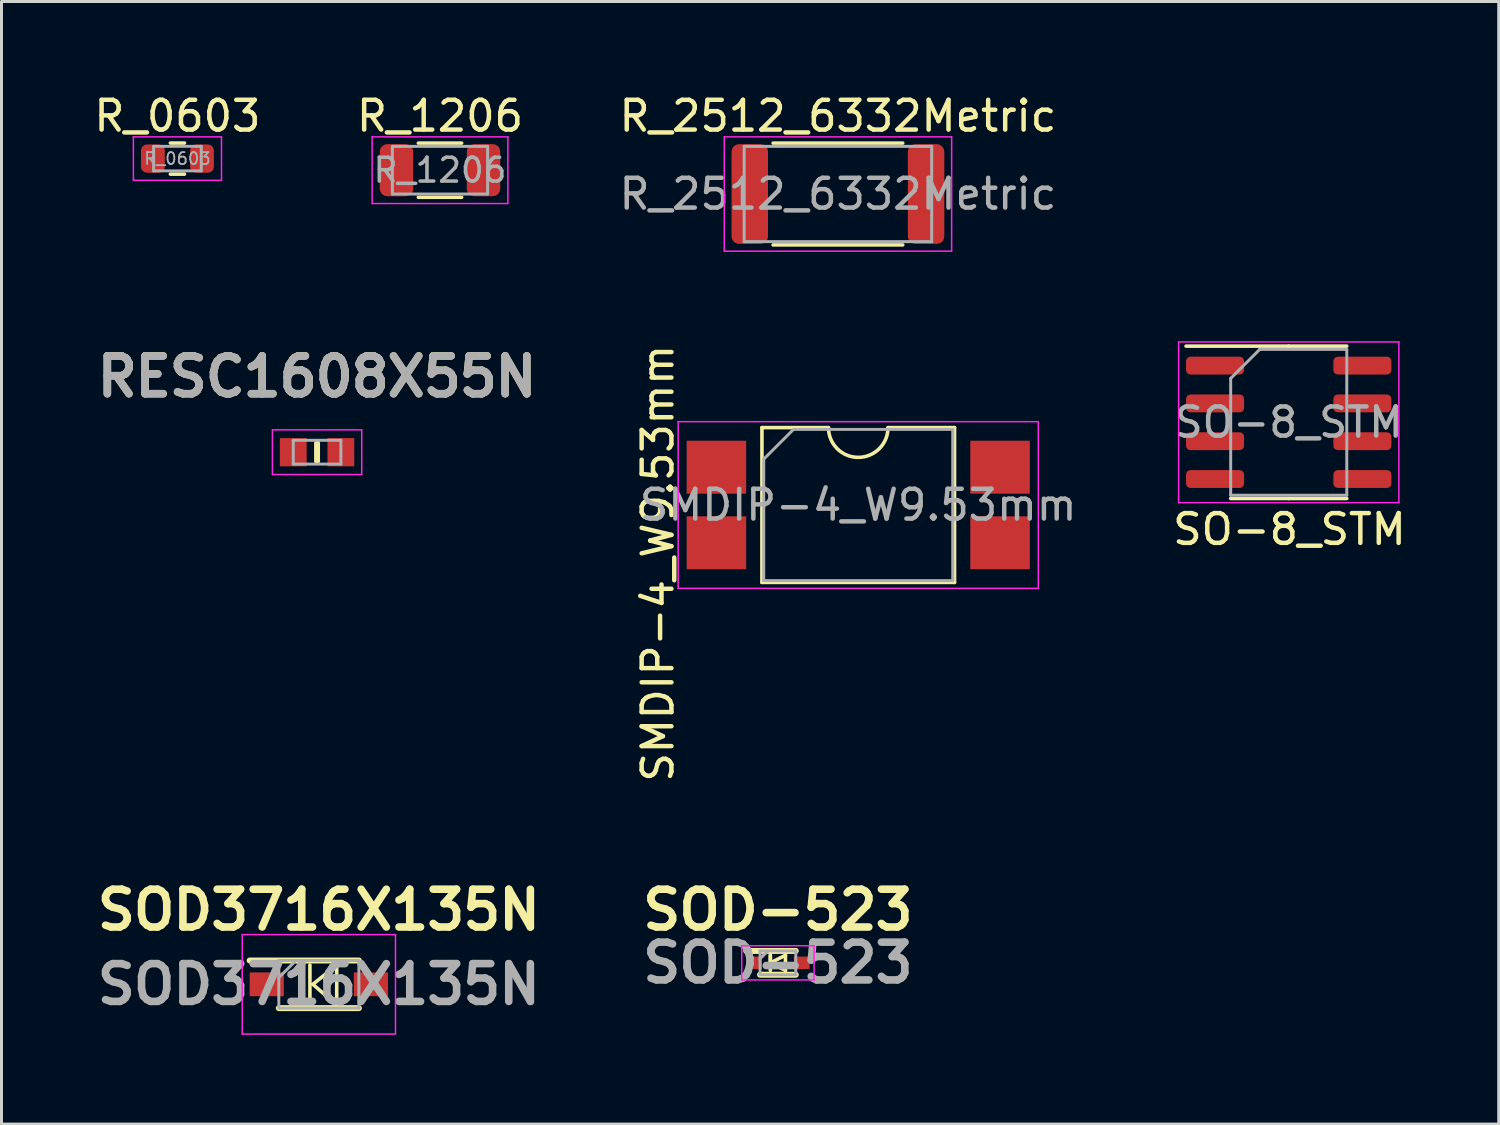
<source format=kicad_pcb>
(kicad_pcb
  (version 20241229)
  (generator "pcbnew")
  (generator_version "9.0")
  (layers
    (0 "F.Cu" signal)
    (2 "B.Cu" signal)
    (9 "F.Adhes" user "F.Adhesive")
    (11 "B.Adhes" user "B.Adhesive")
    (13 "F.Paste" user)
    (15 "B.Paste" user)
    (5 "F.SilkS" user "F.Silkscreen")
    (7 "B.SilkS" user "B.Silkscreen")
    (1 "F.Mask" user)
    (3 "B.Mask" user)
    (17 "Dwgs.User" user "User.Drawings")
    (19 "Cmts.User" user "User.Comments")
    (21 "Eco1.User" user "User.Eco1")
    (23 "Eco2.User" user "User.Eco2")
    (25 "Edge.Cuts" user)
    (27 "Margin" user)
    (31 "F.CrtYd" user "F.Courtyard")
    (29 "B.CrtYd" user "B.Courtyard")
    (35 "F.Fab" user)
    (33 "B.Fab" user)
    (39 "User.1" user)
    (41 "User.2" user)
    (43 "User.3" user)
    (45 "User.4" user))
  (footprint "SOD3716X135N"
    (layer "F.Cu")
    (at 7.662 30.019)
    (property "Reference" "SOD3716X135N" (at 0 -2.5 0) (layer "F.SilkS") (effects (font (size 1.27 1.27) (thickness 0.254))))
    (attr smd)
    (fp_line (start -2.325 -0.8) (end 1.345 -0.8) (stroke (width 0.2) (type solid)) (layer "F.SilkS"))
    (fp_line (start -1.345 0.8) (end 1.345 0.8) (stroke (width 0.2) (type solid)) (layer "F.SilkS"))
    (fp_line (start -0.3 -0.65) (end -0.3 0.65) (stroke (width 0.12) (type solid)) (layer "F.SilkS"))
    (fp_line (start 0.6 -0.65) (end -0.2 0) (stroke (width 0.12) (type solid)) (layer "F.SilkS"))
    (fp_line (start 0.6 -0.65) (end 0.6 0.65) (stroke (width 0.12) (type solid)) (layer "F.SilkS"))
    (fp_line (start 0.6 0.7) (end -0.2 0) (stroke (width 0.12) (type solid)) (layer "F.SilkS"))
    (fp_line (start -2.575 -1.67) (end 2.575 -1.67) (stroke (width 0.05) (type solid)) (layer "F.CrtYd"))
    (fp_line (start -2.575 1.67) (end -2.575 -1.67) (stroke (width 0.05) (type solid)) (layer "F.CrtYd"))
    (fp_line (start 2.575 -1.67) (end 2.575 1.67) (stroke (width 0.05) (type solid)) (layer "F.CrtYd"))
    (fp_line (start 2.575 1.67) (end -2.575 1.67) (stroke (width 0.05) (type solid)) (layer "F.CrtYd"))
    (fp_line (start -1.345 -0.8) (end 1.345 -0.8) (stroke (width 0.1) (type solid)) (layer "F.Fab"))
    (fp_line (start -1.345 -0.225) (end -0.77 -0.8) (stroke (width 0.1) (type solid)) (layer "F.Fab"))
    (fp_line (start -1.345 0.8) (end -1.345 -0.8) (stroke (width 0.1) (type solid)) (layer "F.Fab"))
    (fp_line (start 1.345 -0.8) (end 1.345 0.8) (stroke (width 0.1) (type solid)) (layer "F.Fab"))
    (fp_line (start 1.345 0.8) (end -1.345 0.8) (stroke (width 0.1) (type solid)) (layer "F.Fab"))
    (fp_text user "${REFERENCE}" (at 0 0 0) (layer "F.Fab") (effects (font (size 1.27 1.27) (thickness 0.254))))
    (pad "1" smd rect (at -1.75 0 90) (size 0.8 1.15) (layers "F.Cu" "F.Mask" "F.Paste"))
    (pad "2" smd rect (at 1.75 0 90) (size 0.8 1.15) (layers "F.Cu" "F.Mask" "F.Paste")))
  (footprint "SOD-523"
    (layer "F.Cu")
    (at 23.084 29.297)
    (property "Reference" "SOD-523" (at 0 -1.778 0) (layer "F.SilkS") (effects (font (size 1.27 1.27) (thickness 0.254))))
    (attr smd)
    (fp_line (start -1.065 -0.4) (end 0.6 -0.4) (stroke (width 0.2) (type solid)) (layer "F.SilkS"))
    (fp_line (start -0.6 0.4) (end 0.6 0.4) (stroke (width 0.2) (type solid)) (layer "F.SilkS"))
    (fp_line (start -0.254 -0.254) (end -0.254 0.254) (stroke (width 0.12) (type solid)) (layer "F.SilkS"))
    (fp_line (start -0.254 0) (end -0.254 -0.254) (stroke (width 0.12) (type solid)) (layer "F.SilkS"))
    (fp_line (start 0.254 -0.254) (end -0.254 0) (stroke (width 0.12) (type solid)) (layer "F.SilkS"))
    (fp_line (start 0.254 -0.254) (end 0.254 0.254) (stroke (width 0.12) (type solid)) (layer "F.SilkS"))
    (fp_line (start 0.254 0.254) (end -0.254 0) (stroke (width 0.12) (type solid)) (layer "F.SilkS"))
    (fp_line (start -1.215 -0.575) (end 1.215 -0.575) (stroke (width 0.05) (type solid)) (layer "F.CrtYd"))
    (fp_line (start -1.215 0.575) (end -1.215 -0.575) (stroke (width 0.05) (type solid)) (layer "F.CrtYd"))
    (fp_line (start 1.215 -0.575) (end 1.215 0.575) (stroke (width 0.05) (type solid)) (layer "F.CrtYd"))
    (fp_line (start 1.215 0.575) (end -1.215 0.575) (stroke (width 0.05) (type solid)) (layer "F.CrtYd"))
    (fp_line (start -0.6 -0.4) (end 0.6 -0.4) (stroke (width 0.1) (type solid)) (layer "F.Fab"))
    (fp_line (start -0.6 -0.135) (end -0.335 -0.4) (stroke (width 0.1) (type solid)) (layer "F.Fab"))
    (fp_line (start -0.6 0.4) (end -0.6 -0.4) (stroke (width 0.1) (type solid)) (layer "F.Fab"))
    (fp_line (start 0.6 -0.4) (end 0.6 0.4) (stroke (width 0.1) (type solid)) (layer "F.Fab"))
    (fp_line (start 0.6 0.4) (end -0.6 0.4) (stroke (width 0.1) (type solid)) (layer "F.Fab"))
    (fp_text user "${REFERENCE}" (at 0 0 0) (layer "F.Fab") (effects (font (size 1.27 1.27) (thickness 0.254))))
    (pad "1" smd rect (at -0.8 0 90) (size 0.42 0.53) (layers "F.Cu" "F.Mask" "F.Paste"))
    (pad "2" smd rect (at 0.8 0 90) (size 0.42 0.53) (layers "F.Cu" "F.Mask" "F.Paste")))
  (footprint "R_1206"
    (layer "F.Cu")
    (at 11.732 2.668)
    (property "Reference" "R_1206" (at 0 -1.82 0) (layer "F.SilkS") (effects (font (size 1 1) (thickness 0.15))))
    (attr smd)
    (fp_line (start -0.727 -0.91) (end 0.727 -0.91) (stroke (width 0.12) (type solid)) (layer "F.SilkS"))
    (fp_line (start -0.727 0.91) (end 0.727 0.91) (stroke (width 0.12) (type solid)) (layer "F.SilkS"))
    (fp_line (start -2.28 -1.12) (end 2.28 -1.12) (stroke (width 0.05) (type solid)) (layer "F.CrtYd"))
    (fp_line (start -2.28 1.12) (end -2.28 -1.12) (stroke (width 0.05) (type solid)) (layer "F.CrtYd"))
    (fp_line (start 2.28 -1.12) (end 2.28 1.12) (stroke (width 0.05) (type solid)) (layer "F.CrtYd"))
    (fp_line (start 2.28 1.12) (end -2.28 1.12) (stroke (width 0.05) (type solid)) (layer "F.CrtYd"))
    (fp_line (start -1.6 -0.8) (end 1.6 -0.8) (stroke (width 0.1) (type solid)) (layer "F.Fab"))
    (fp_line (start -1.6 0.8) (end -1.6 -0.8) (stroke (width 0.1) (type solid)) (layer "F.Fab"))
    (fp_line (start 1.6 -0.8) (end 1.6 0.8) (stroke (width 0.1) (type solid)) (layer "F.Fab"))
    (fp_line (start 1.6 0.8) (end -1.6 0.8) (stroke (width 0.1) (type solid)) (layer "F.Fab"))
    (fp_text user "${REFERENCE}" (at 0 0 0) (layer "F.Fab") (effects (font (size 0.8 0.8) (thickness 0.12))))
    (pad "1" smd roundrect (at -1.462 0) (size 1.125 1.75) (layers "F.Cu" "F.Mask" "F.Paste") (roundrect_rratio 0.222))
    (pad "2" smd roundrect (at 1.462 0) (size 1.125 1.75) (layers "F.Cu" "F.Mask" "F.Paste") (roundrect_rratio 0.222)))
  (footprint "RESC1608X55N"
    (layer "F.Cu")
    (at 7.602 12.142)
    (property "Reference" "RESC1608X55N" (at 0 -2.54 0) (layer "F.SilkS") (effects (font (size 1.27 1.27) (thickness 0.254))))
    (attr smd)
    (fp_line (start 0 -0.3) (end 0 0.3) (stroke (width 0.2) (type solid)) (layer "F.SilkS"))
    (fp_line (start -1.5 -0.75) (end 1.5 -0.75) (stroke (width 0.05) (type solid)) (layer "F.CrtYd"))
    (fp_line (start -1.5 0.75) (end -1.5 -0.75) (stroke (width 0.05) (type solid)) (layer "F.CrtYd"))
    (fp_line (start 1.5 -0.75) (end 1.5 0.75) (stroke (width 0.05) (type solid)) (layer "F.CrtYd"))
    (fp_line (start 1.5 0.75) (end -1.5 0.75) (stroke (width 0.05) (type solid)) (layer "F.CrtYd"))
    (fp_line (start -0.8 -0.4) (end 0.8 -0.4) (stroke (width 0.1) (type solid)) (layer "F.Fab"))
    (fp_line (start -0.8 0.4) (end -0.8 -0.4) (stroke (width 0.1) (type solid)) (layer "F.Fab"))
    (fp_line (start 0.8 -0.4) (end 0.8 0.4) (stroke (width 0.1) (type solid)) (layer "F.Fab"))
    (fp_line (start 0.8 0.4) (end -0.8 0.4) (stroke (width 0.1) (type solid)) (layer "F.Fab"))
    (fp_text user "${REFERENCE}" (at 0 -2.54 0) (layer "F.Fab") (effects (font (size 1.27 1.27) (thickness 0.254))))
    (pad "1" smd rect (at -0.8 0) (size 0.9 0.95) (layers "F.Cu" "F.Mask" "F.Paste"))
    (pad "2" smd rect (at 0.8 0) (size 0.9 0.95) (layers "F.Cu" "F.Mask" "F.Paste")))
  (footprint "R_2512_6332Metric"
    (layer "F.Cu")
    (at 25.101 3.468)
    (property "Reference" "R_2512_6332Metric" (at 0 -2.62 0) (layer "F.SilkS") (effects (font (size 1 1) (thickness 0.15))))
    (attr smd)
    (fp_line (start -2.177 -1.71) (end 2.177 -1.71) (stroke (width 0.12) (type solid)) (layer "F.SilkS"))
    (fp_line (start -2.177 1.71) (end 2.177 1.71) (stroke (width 0.12) (type solid)) (layer "F.SilkS"))
    (fp_line (start -3.82 -1.92) (end 3.82 -1.92) (stroke (width 0.05) (type solid)) (layer "F.CrtYd"))
    (fp_line (start -3.82 1.92) (end -3.82 -1.92) (stroke (width 0.05) (type solid)) (layer "F.CrtYd"))
    (fp_line (start 3.82 -1.92) (end 3.82 1.92) (stroke (width 0.05) (type solid)) (layer "F.CrtYd"))
    (fp_line (start 3.82 1.92) (end -3.82 1.92) (stroke (width 0.05) (type solid)) (layer "F.CrtYd"))
    (fp_line (start -3.15 -1.6) (end 3.15 -1.6) (stroke (width 0.1) (type solid)) (layer "F.Fab"))
    (fp_line (start -3.15 1.6) (end -3.15 -1.6) (stroke (width 0.1) (type solid)) (layer "F.Fab"))
    (fp_line (start 3.15 -1.6) (end 3.15 1.6) (stroke (width 0.1) (type solid)) (layer "F.Fab"))
    (fp_line (start 3.15 1.6) (end -3.15 1.6) (stroke (width 0.1) (type solid)) (layer "F.Fab"))
    (fp_text user "${REFERENCE}" (at 0 0 0) (layer "F.Fab") (effects (font (size 1 1) (thickness 0.15))))
    (pad "1" smd roundrect (at -2.962 0) (size 1.225 3.35) (layers "F.Cu" "F.Mask" "F.Paste") (roundrect_rratio 0.204))
    (pad "2" smd roundrect (at 2.962 0) (size 1.225 3.35) (layers "F.Cu" "F.Mask" "F.Paste") (roundrect_rratio 0.204)))
  (footprint "SO-8_STM"
    (layer "F.Cu")
    (at 40.271 15.233)
    (property "Reference" "SO-8_STM" (at 0 -0.5 0) (unlocked yes) (layer "F.SilkS") (effects (font (size 1 1) (thickness 0.15))))
    (attr smd)
    (fp_line (start -0.025 -6.655) (end -3.475 -6.655) (stroke (width 0.12) (type solid)) (layer "F.SilkS"))
    (fp_line (start -0.025 -6.655) (end 1.925 -6.655) (stroke (width 0.12) (type solid)) (layer "F.SilkS"))
    (fp_line (start -0.025 -1.535) (end -1.975 -1.535) (stroke (width 0.12) (type solid)) (layer "F.SilkS"))
    (fp_line (start -0.025 -1.535) (end 1.925 -1.535) (stroke (width 0.12) (type solid)) (layer "F.SilkS"))
    (fp_line (start -3.725 -6.795) (end -3.725 -1.395) (stroke (width 0.05) (type solid)) (layer "F.CrtYd"))
    (fp_line (start -3.725 -1.395) (end 3.675 -1.395) (stroke (width 0.05) (type solid)) (layer "F.CrtYd"))
    (fp_line (start 3.675 -6.795) (end -3.725 -6.795) (stroke (width 0.05) (type solid)) (layer "F.CrtYd"))
    (fp_line (start 3.675 -1.395) (end 3.675 -6.795) (stroke (width 0.05) (type solid)) (layer "F.CrtYd"))
    (fp_line (start -1.975 -5.57) (end -1 -6.545) (stroke (width 0.1) (type solid)) (layer "F.Fab"))
    (fp_line (start -1.975 -1.645) (end -1.975 -5.57) (stroke (width 0.1) (type solid)) (layer "F.Fab"))
    (fp_line (start -1 -6.545) (end 1.925 -6.545) (stroke (width 0.1) (type solid)) (layer "F.Fab"))
    (fp_line (start 1.925 -6.545) (end 1.925 -1.645) (stroke (width 0.1) (type solid)) (layer "F.Fab"))
    (fp_line (start 1.925 -1.645) (end -1.975 -1.645) (stroke (width 0.1) (type solid)) (layer "F.Fab"))
    (fp_text user "${REFERENCE}" (at -0.025 -4.095 0) (layer "F.Fab") (effects (font (size 0.98 0.98) (thickness 0.15))))
    (pad "1" smd roundrect (at -2.5 -6) (size 1.95 0.6) (layers "F.Cu" "F.Mask" "F.Paste") (roundrect_rratio 0.25))
    (pad "2" smd roundrect (at -2.5 -4.73) (size 1.95 0.6) (layers "F.Cu" "F.Mask" "F.Paste") (roundrect_rratio 0.25))
    (pad "3" smd roundrect (at -2.5 -3.46) (size 1.95 0.6) (layers "F.Cu" "F.Mask" "F.Paste") (roundrect_rratio 0.25))
    (pad "4" smd roundrect (at -2.5 -2.19) (size 1.95 0.6) (layers "F.Cu" "F.Mask" "F.Paste") (roundrect_rratio 0.25))
    (pad "5" smd roundrect (at 2.45 -2.19) (size 1.95 0.6) (layers "F.Cu" "F.Mask" "F.Paste") (roundrect_rratio 0.25))
    (pad "6" smd roundrect (at 2.45 -3.46) (size 1.95 0.6) (layers "F.Cu" "F.Mask" "F.Paste") (roundrect_rratio 0.25))
    (pad "7" smd roundrect (at 2.45 -4.73) (size 1.95 0.6) (layers "F.Cu" "F.Mask" "F.Paste") (roundrect_rratio 0.25))
    (pad "8" smd roundrect (at 2.45 -6) (size 1.95 0.6) (layers "F.Cu" "F.Mask" "F.Paste") (roundrect_rratio 0.25)))
  (footprint "SMDIP-4_W9.53mm"
    (layer "F.Cu")
    (at 25.783 13.916)
    (property "Reference" "SMDIP-4_W9.53mm" (at -6.731 1.956 270) (layer "F.SilkS") (effects (font (size 1 1) (thickness 0.15))))
    (attr smd)
    (fp_line (start -3.235 -2.6) (end -3.235 2.6) (stroke (width 0.12) (type solid)) (layer "F.SilkS"))
    (fp_line (start -3.235 2.6) (end 3.235 2.6) (stroke (width 0.12) (type solid)) (layer "F.SilkS"))
    (fp_line (start -1 -2.6) (end -3.235 -2.6) (stroke (width 0.12) (type solid)) (layer "F.SilkS"))
    (fp_line (start 3.235 -2.6) (end 1 -2.6) (stroke (width 0.12) (type solid)) (layer "F.SilkS"))
    (fp_line (start 3.235 2.6) (end 3.235 -2.6) (stroke (width 0.12) (type solid)) (layer "F.SilkS"))
    (fp_arc (start 1 -2.6) (mid 0 -1.6) (end -1 -2.6) (stroke (width 0.12) (type solid)) (layer "F.SilkS"))
    (fp_line (start -6.05 -2.8) (end -6.05 2.8) (stroke (width 0.05) (type solid)) (layer "F.CrtYd"))
    (fp_line (start -6.05 2.8) (end 6.05 2.8) (stroke (width 0.05) (type solid)) (layer "F.CrtYd"))
    (fp_line (start 6.05 -2.8) (end -6.05 -2.8) (stroke (width 0.05) (type solid)) (layer "F.CrtYd"))
    (fp_line (start 6.05 2.8) (end 6.05 -2.8) (stroke (width 0.05) (type solid)) (layer "F.CrtYd"))
    (fp_line (start -3.175 -1.54) (end -2.175 -2.54) (stroke (width 0.1) (type solid)) (layer "F.Fab"))
    (fp_line (start -3.175 2.54) (end -3.175 -1.54) (stroke (width 0.1) (type solid)) (layer "F.Fab"))
    (fp_line (start -2.175 -2.54) (end 3.175 -2.54) (stroke (width 0.1) (type solid)) (layer "F.Fab"))
    (fp_line (start 3.175 -2.54) (end 3.175 2.54) (stroke (width 0.1) (type solid)) (layer "F.Fab"))
    (fp_line (start 3.175 2.54) (end -3.175 2.54) (stroke (width 0.1) (type solid)) (layer "F.Fab"))
    (fp_text user "${REFERENCE}" (at 0 0 180) (layer "F.Fab") (effects (font (size 1 1) (thickness 0.15))))
    (pad "1" smd rect (at -4.765 -1.27) (size 2 1.78) (layers "F.Cu" "F.Mask" "F.Paste"))
    (pad "2" smd rect (at -4.765 1.27) (size 2 1.78) (layers "F.Cu" "F.Mask" "F.Paste"))
    (pad "3" smd rect (at 4.765 1.27) (size 2 1.78) (layers "F.Cu" "F.Mask" "F.Paste"))
    (pad "4" smd rect (at 4.765 -1.27) (size 2 1.78) (layers "F.Cu" "F.Mask" "F.Paste")))
  (footprint "R_0603"
    (layer "F.Cu")
    (at 2.911 2.278)
    (property "Reference" "R_0603" (at 0 -1.43 0) (layer "F.SilkS") (effects (font (size 1 1) (thickness 0.15))))
    (attr smd)
    (fp_line (start -0.237 -0.522) (end 0.237 -0.522) (stroke (width 0.12) (type solid)) (layer "F.SilkS"))
    (fp_line (start -0.237 0.522) (end 0.237 0.522) (stroke (width 0.12) (type solid)) (layer "F.SilkS"))
    (fp_line (start -1.48 -0.73) (end 1.48 -0.73) (stroke (width 0.05) (type solid)) (layer "F.CrtYd"))
    (fp_line (start -1.48 0.73) (end -1.48 -0.73) (stroke (width 0.05) (type solid)) (layer "F.CrtYd"))
    (fp_line (start 1.48 -0.73) (end 1.48 0.73) (stroke (width 0.05) (type solid)) (layer "F.CrtYd"))
    (fp_line (start 1.48 0.73) (end -1.48 0.73) (stroke (width 0.05) (type solid)) (layer "F.CrtYd"))
    (fp_line (start -0.8 -0.412) (end 0.8 -0.412) (stroke (width 0.1) (type solid)) (layer "F.Fab"))
    (fp_line (start -0.8 0.412) (end -0.8 -0.412) (stroke (width 0.1) (type solid)) (layer "F.Fab"))
    (fp_line (start 0.8 -0.412) (end 0.8 0.412) (stroke (width 0.1) (type solid)) (layer "F.Fab"))
    (fp_line (start 0.8 0.412) (end -0.8 0.412) (stroke (width 0.1) (type solid)) (layer "F.Fab"))
    (fp_text user "${REFERENCE}" (at 0 0 0) (layer "F.Fab") (effects (font (size 0.4 0.4) (thickness 0.06))))
    (pad "1" smd roundrect (at -0.825 0) (size 0.8 0.95) (layers "F.Cu" "F.Mask" "F.Paste") (roundrect_rratio 0.25))
    (pad "2" smd roundrect (at 0.825 0) (size 0.8 0.95) (layers "F.Cu" "F.Mask" "F.Paste") (roundrect_rratio 0.25)))
  (gr_rect
    (start -3 -3)
    (end 47.301 34.714)
    (stroke (width 0.1) (type default))
    (fill no)
    (layer "Edge.Cuts")))
</source>
